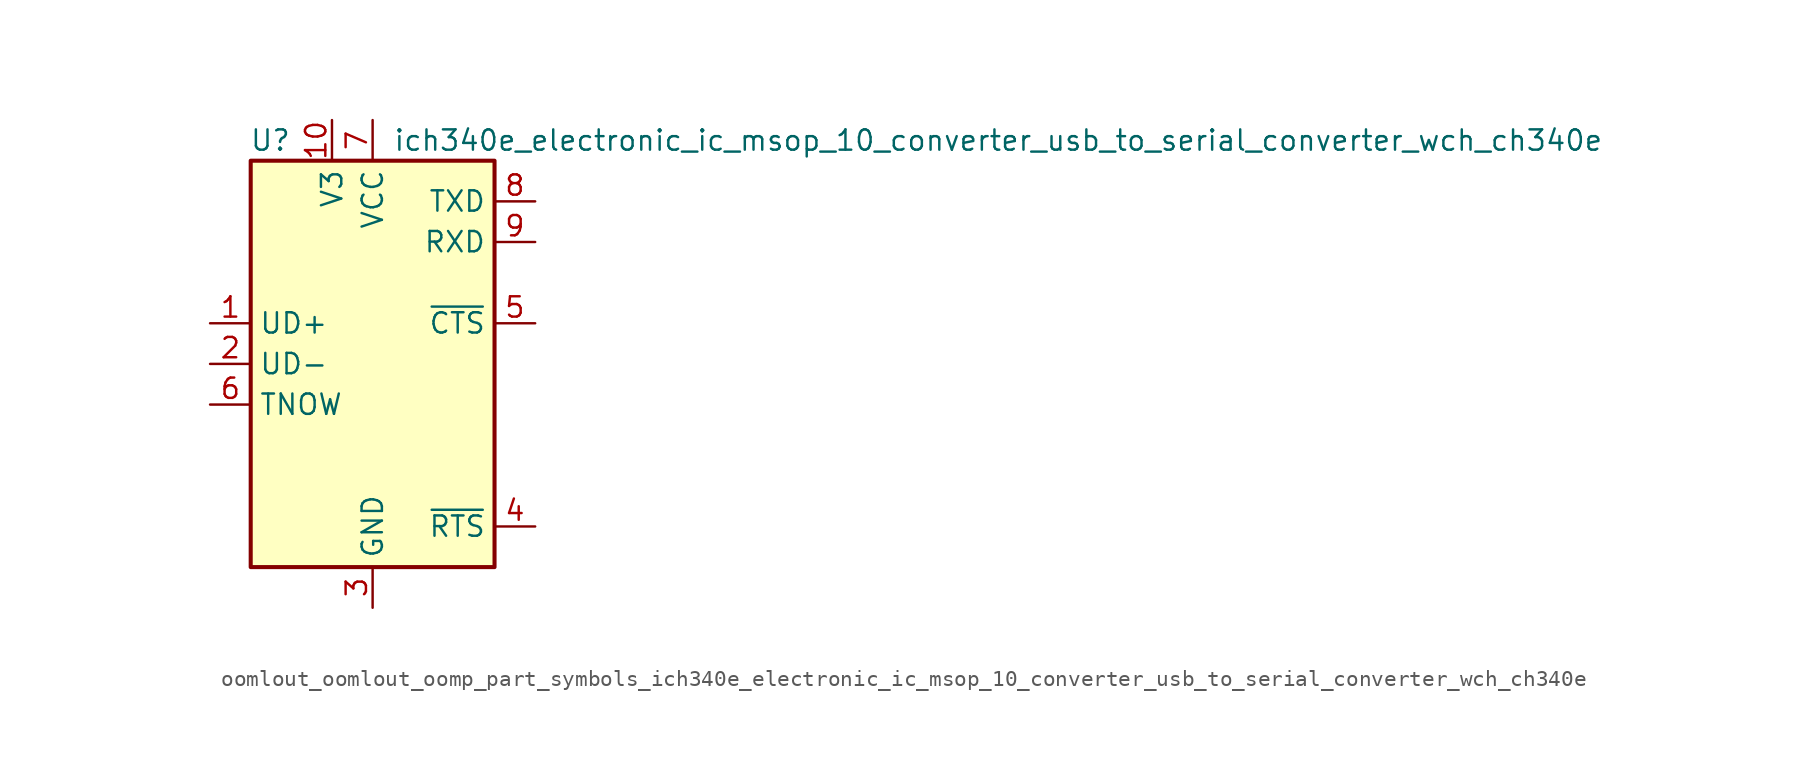
<source format=kicad_sym>
(kicad_symbol_lib
  (version 20220914)
  (generator kicad_symbol_editor)
  (symbol "oomlout_oomlout_oomp_part_symbols_ich340e_electronic_ic_msop_10_converter_usb_to_serial_converter_wch_ch340e"
    (property "Reference" "U"
      (at -5.08 13.97 0)
      (effects (font (size 1.27 1.27)) (justify right)))
    (property "Value" "ich340e_electronic_ic_msop_10_converter_usb_to_serial_converter_wch_ch340e"
      (at 1.27 13.97 0)
      (effects (font (size 1.27 1.27)) (justify left)))
    (symbol "oomlout_oomlout_oomp_part_symbols_ich340e_electronic_ic_msop_10_converter_usb_to_serial_converter_wch_ch340e_0_1"
      (rectangle (start -7.62 12.7) (end 7.62 -12.7) (stroke (width 0.254) (type default)) (fill (type background))))
    (symbol "oomlout_oomlout_oomp_part_symbols_ich340e_electronic_ic_msop_10_converter_usb_to_serial_converter_wch_ch340e_1_1"
      (pin bidirectional line (at -10.16 2.54 0) (length 2.54) (name "UD+" (effects (font (size 1.27 1.27)))) (number "1" (effects (font (size 1.27 1.27)))))
      (pin passive line (at -2.54 15.24 270) (length 2.54) (name "V3" (effects (font (size 1.27 1.27)))) (number "10" (effects (font (size 1.27 1.27)))))
      (pin bidirectional line (at -10.16 0 0) (length 2.54) (name "UD-" (effects (font (size 1.27 1.27)))) (number "2" (effects (font (size 1.27 1.27)))))
      (pin power_in line (at 0 -15.24 90) (length 2.54) (name "GND" (effects (font (size 1.27 1.27)))) (number "3" (effects (font (size 1.27 1.27)))))
      (pin output line (at 10.16 -10.16 180) (length 2.54) (name "~{RTS}" (effects (font (size 1.27 1.27)))) (number "4" (effects (font (size 1.27 1.27)))))
      (pin input line (at 10.16 2.54 180) (length 2.54) (name "~{CTS}" (effects (font (size 1.27 1.27)))) (number "5" (effects (font (size 1.27 1.27)))))
      (pin output line (at -10.16 -2.54 0) (length 2.54) (name "TNOW" (effects (font (size 1.27 1.27)))) (number "6" (effects (font (size 1.27 1.27)))))
      (pin power_in line (at 0 15.24 270) (length 2.54) (name "VCC" (effects (font (size 1.27 1.27)))) (number "7" (effects (font (size 1.27 1.27)))))
      (pin output line (at 10.16 10.16 180) (length 2.54) (name "TXD" (effects (font (size 1.27 1.27)))) (number "8" (effects (font (size 1.27 1.27)))))
      (pin input line (at 10.16 7.62 180) (length 2.54) (name "RXD" (effects (font (size 1.27 1.27)))) (number "9" (effects (font (size 1.27 1.27))))))))
</source>
